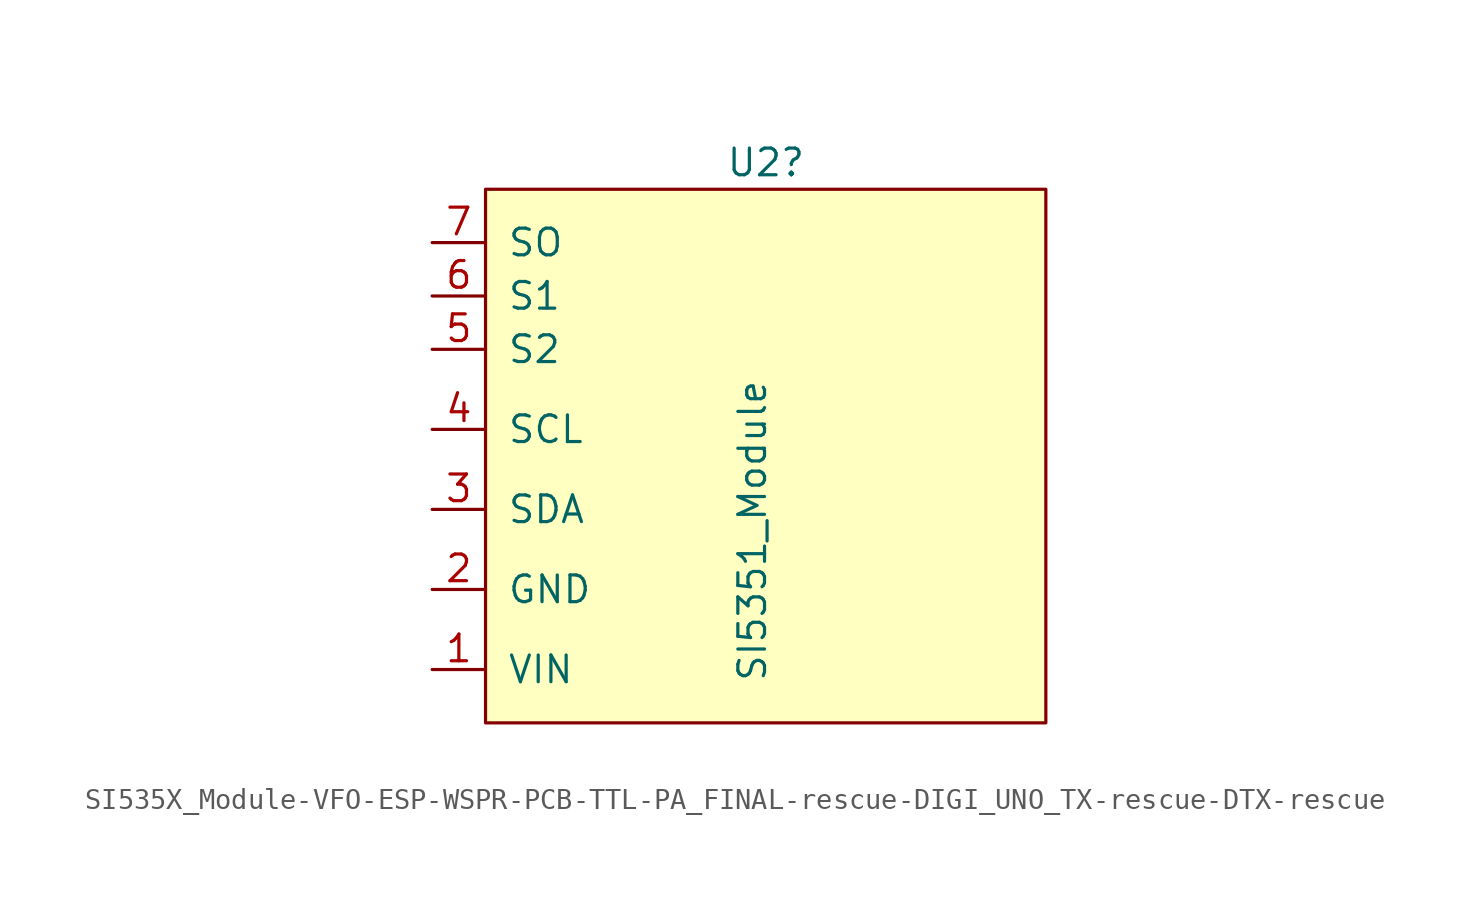
<source format=kicad_sym>
(kicad_symbol_lib
  (version 20211014)
  (generator kicad_symbol_editor)
  (symbol "SI535X_Module-VFO-ESP-WSPR-PCB-TTL-PA_FINAL-rescue-DIGI_UNO_TX-rescue-DTX-rescue"
    (pin_names
      (offset 1.016))
    (property "Reference" "U2"
      (at -1.27 13.97 0)
      (effects (font (size 1.27 1.27)) (justify left)))
    (property "Value" "SI5351_Module"
      (at 0 -10.795 90)
      (effects (font (size 1.27 1.27)) (justify left)))
    (symbol "SI535X_Module-VFO-ESP-WSPR-PCB-TTL-PA_FINAL-rescue-DIGI_UNO_TX-rescue-DTX-rescue_0_1"
      (rectangle (start -12.7 12.7) (end 13.97 -12.7) (stroke (width 0) (type default) (color 0 0 0 0)) (fill (type background))))
    (symbol "SI535X_Module-VFO-ESP-WSPR-PCB-TTL-PA_FINAL-rescue-DIGI_UNO_TX-rescue-DTX-rescue_1_1"
      (pin input line (at -15.24 -10.16 0) (length 2.54) (name "VIN" (effects (font (size 1.27 1.27)))) (number "1" (effects (font (size 1.27 1.27)))))
      (pin input line (at -15.24 -6.35 0) (length 2.54) (name "GND" (effects (font (size 1.27 1.27)))) (number "2" (effects (font (size 1.27 1.27)))))
      (pin input line (at -15.24 -2.54 0) (length 2.54) (name "SDA" (effects (font (size 1.27 1.27)))) (number "3" (effects (font (size 1.27 1.27)))))
      (pin input line (at -15.24 1.27 0) (length 2.54) (name "SCL" (effects (font (size 1.27 1.27)))) (number "4" (effects (font (size 1.27 1.27)))))
      (pin input line (at -15.24 5.08 0) (length 2.54) (name "S2" (effects (font (size 1.27 1.27)))) (number "5" (effects (font (size 1.27 1.27)))))
      (pin input line (at -15.24 7.62 0) (length 2.54) (name "S1" (effects (font (size 1.27 1.27)))) (number "6" (effects (font (size 1.27 1.27)))))
      (pin input line (at -15.24 10.16 0) (length 2.54) (name "SO" (effects (font (size 1.27 1.27)))) (number "7" (effects (font (size 1.27 1.27))))))))
</source>
